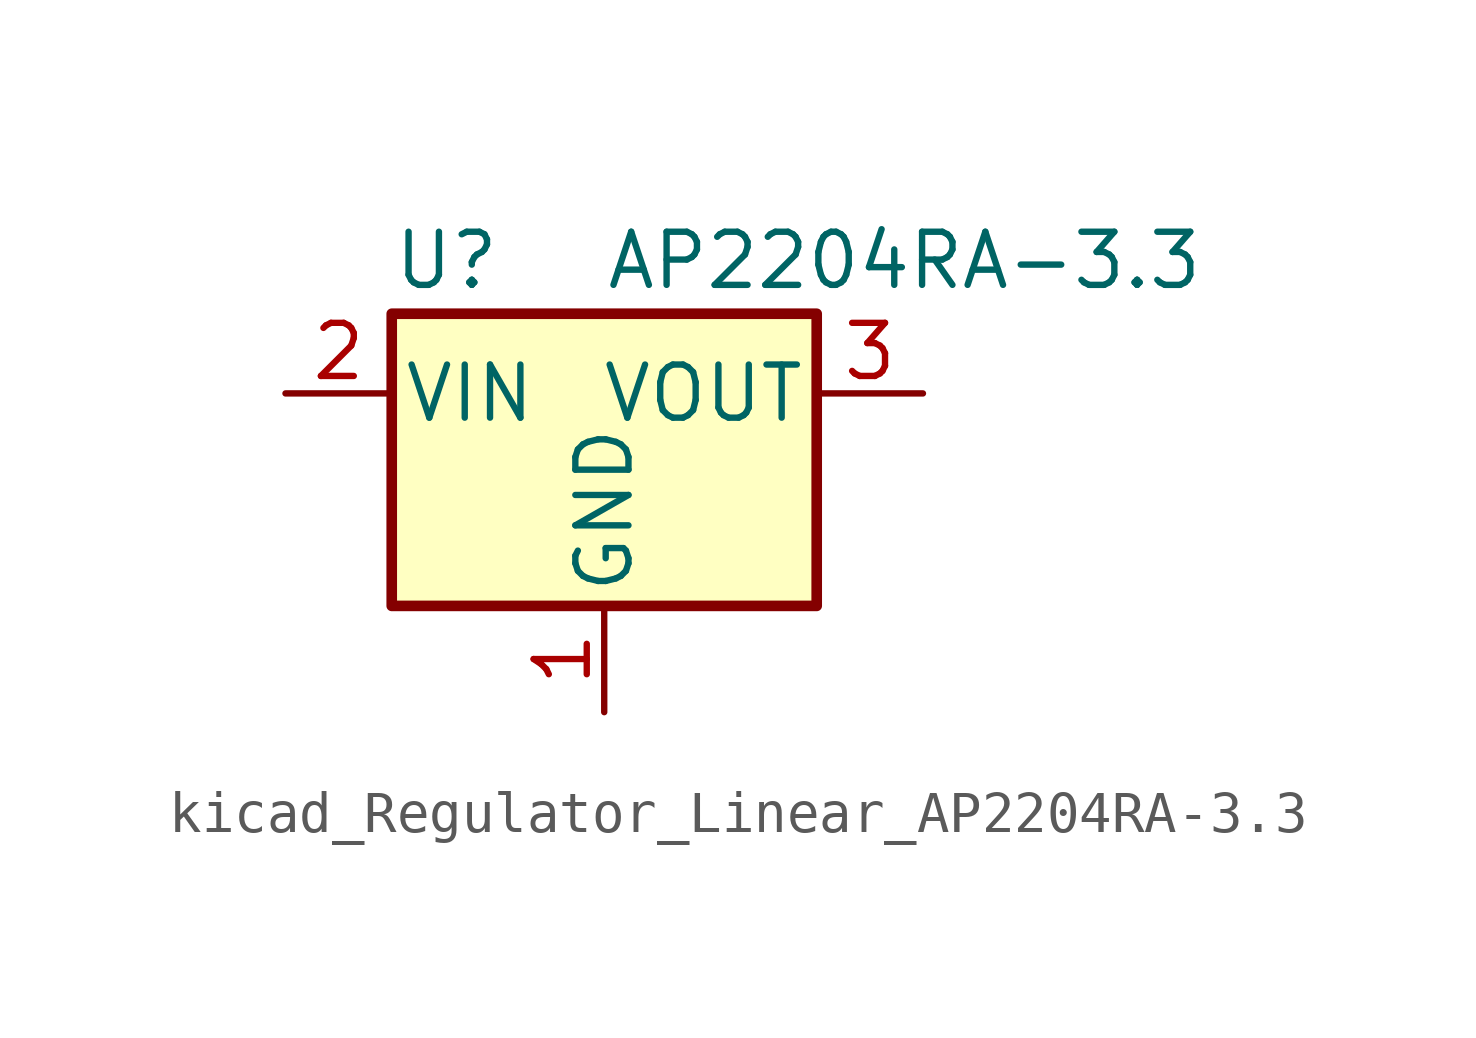
<source format=kicad_sym>
(kicad_symbol_lib
  (version 20220914)
  (generator kicad_symbol_editor)
  (symbol "kicad_Regulator_Linear_AP2204RA-3.3"
    (pin_names
      (offset 0.254))
    (property "Reference" "U"
      (at -5.08 3.175 0)
      (effects (font (size 1.27 1.27)) (justify left)))
    (property "Value" "AP2204RA-3.3"
      (at 0 3.175 0)
      (effects (font (size 1.27 1.27)) (justify left)))
    (symbol "kicad_Regulator_Linear_AP2204RA-3.3_0_1"
      (rectangle (start -5.08 1.905) (end 5.08 -5.08) (stroke (width 0.254) (type default)) (fill (type background))))
    (symbol "kicad_Regulator_Linear_AP2204RA-3.3_1_1"
      (pin power_in line (at 0 -7.62 90) (length 2.54) (name "GND" (effects (font (size 1.27 1.27)))) (number "1" (effects (font (size 1.27 1.27)))))
      (pin power_in line (at -7.62 0 0) (length 2.54) (name "VIN" (effects (font (size 1.27 1.27)))) (number "2" (effects (font (size 1.27 1.27)))))
      (pin power_out line (at 7.62 0 180) (length 2.54) (name "VOUT" (effects (font (size 1.27 1.27)))) (number "3" (effects (font (size 1.27 1.27))))))))
</source>
